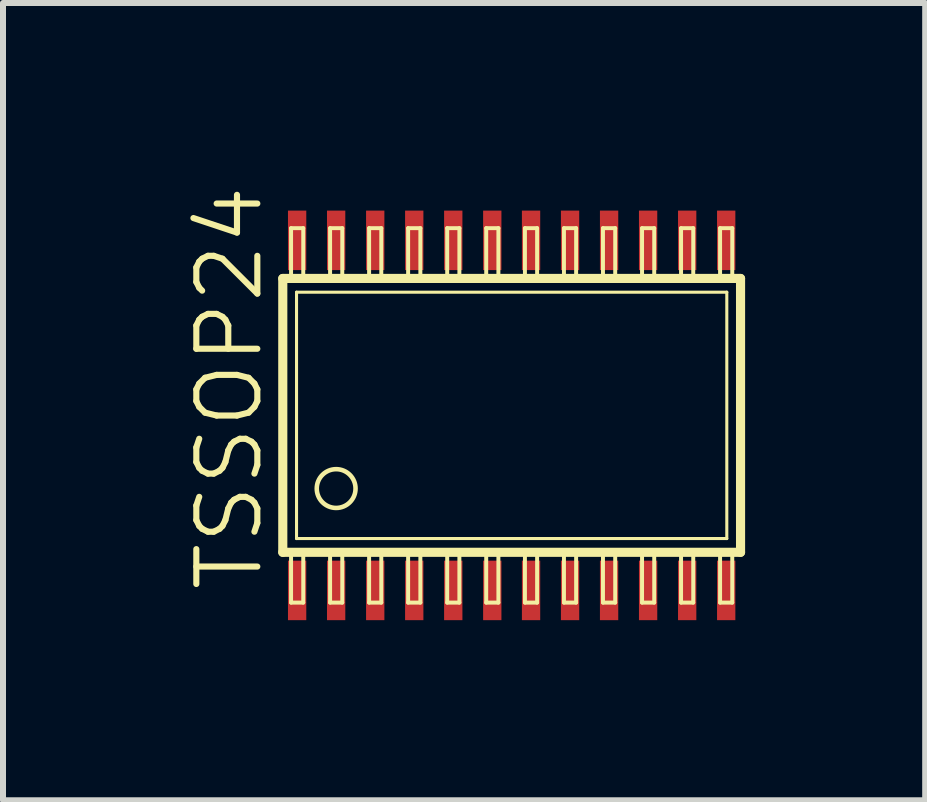
<source format=kicad_pcb>
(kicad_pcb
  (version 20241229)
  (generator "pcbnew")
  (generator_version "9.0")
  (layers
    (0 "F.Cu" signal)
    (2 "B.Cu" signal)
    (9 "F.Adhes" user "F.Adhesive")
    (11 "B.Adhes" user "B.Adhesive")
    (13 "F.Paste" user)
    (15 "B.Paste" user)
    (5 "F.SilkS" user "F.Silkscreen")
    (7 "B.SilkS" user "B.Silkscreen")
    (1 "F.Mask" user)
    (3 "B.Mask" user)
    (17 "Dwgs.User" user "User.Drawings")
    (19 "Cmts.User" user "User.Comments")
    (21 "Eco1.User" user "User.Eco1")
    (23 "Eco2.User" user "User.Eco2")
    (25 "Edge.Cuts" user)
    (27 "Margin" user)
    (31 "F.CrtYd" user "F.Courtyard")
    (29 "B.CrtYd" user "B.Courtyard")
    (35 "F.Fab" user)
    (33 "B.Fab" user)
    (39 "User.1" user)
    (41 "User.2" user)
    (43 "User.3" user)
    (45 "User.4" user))
  (footprint "TSSOP24"
    (layer "F.Cu")
    (at 5.474 3.87)
    (property "Reference" "TSSOP24" (at -4.702 -0.457 90) (layer "F.SilkS") (effects (font (size 1.016 1.016) (thickness 0.102))))
    (attr smd)
    (fp_line (start -3.813 2.281) (end -3.813 -2.281) (stroke (width 0.152) (type solid)) (layer "F.SilkS"))
    (fp_line (start -3.813 2.281) (end 3.813 2.281) (stroke (width 0.152) (type solid)) (layer "F.SilkS"))
    (fp_line (start -3.675 -3.119) (end -3.472 -3.119) (stroke (width 0.066) (type solid)) (layer "F.SilkS"))
    (fp_line (start -3.675 -2.281) (end -3.675 -3.119) (stroke (width 0.066) (type solid)) (layer "F.SilkS"))
    (fp_line (start -3.675 -2.281) (end -3.472 -2.281) (stroke (width 0.066) (type solid)) (layer "F.SilkS"))
    (fp_line (start -3.675 2.281) (end -3.472 2.281) (stroke (width 0.066) (type solid)) (layer "F.SilkS"))
    (fp_line (start -3.675 3.119) (end -3.675 2.281) (stroke (width 0.066) (type solid)) (layer "F.SilkS"))
    (fp_line (start -3.675 3.119) (end -3.472 3.119) (stroke (width 0.066) (type solid)) (layer "F.SilkS"))
    (fp_line (start -3.584 2.052) (end -3.584 -2.052) (stroke (width 0.051) (type solid)) (layer "F.SilkS"))
    (fp_line (start -3.584 2.052) (end 3.584 2.052) (stroke (width 0.051) (type solid)) (layer "F.SilkS"))
    (fp_line (start -3.472 -2.281) (end -3.472 -3.119) (stroke (width 0.066) (type solid)) (layer "F.SilkS"))
    (fp_line (start -3.472 3.119) (end -3.472 2.281) (stroke (width 0.066) (type solid)) (layer "F.SilkS"))
    (fp_line (start -3.025 -3.119) (end -2.822 -3.119) (stroke (width 0.066) (type solid)) (layer "F.SilkS"))
    (fp_line (start -3.025 -2.281) (end -3.025 -3.119) (stroke (width 0.066) (type solid)) (layer "F.SilkS"))
    (fp_line (start -3.025 -2.281) (end -2.822 -2.281) (stroke (width 0.066) (type solid)) (layer "F.SilkS"))
    (fp_line (start -3.025 2.281) (end -2.822 2.281) (stroke (width 0.066) (type solid)) (layer "F.SilkS"))
    (fp_line (start -3.025 3.119) (end -3.025 2.281) (stroke (width 0.066) (type solid)) (layer "F.SilkS"))
    (fp_line (start -3.025 3.119) (end -2.822 3.119) (stroke (width 0.066) (type solid)) (layer "F.SilkS"))
    (fp_line (start -2.822 -2.281) (end -2.822 -3.119) (stroke (width 0.066) (type solid)) (layer "F.SilkS"))
    (fp_line (start -2.822 3.119) (end -2.822 2.281) (stroke (width 0.066) (type solid)) (layer "F.SilkS"))
    (fp_line (start -2.375 -3.119) (end -2.172 -3.119) (stroke (width 0.066) (type solid)) (layer "F.SilkS"))
    (fp_line (start -2.375 -2.281) (end -2.375 -3.119) (stroke (width 0.066) (type solid)) (layer "F.SilkS"))
    (fp_line (start -2.375 -2.281) (end -2.172 -2.281) (stroke (width 0.066) (type solid)) (layer "F.SilkS"))
    (fp_line (start -2.375 2.281) (end -2.172 2.281) (stroke (width 0.066) (type solid)) (layer "F.SilkS"))
    (fp_line (start -2.375 3.119) (end -2.375 2.281) (stroke (width 0.066) (type solid)) (layer "F.SilkS"))
    (fp_line (start -2.375 3.119) (end -2.172 3.119) (stroke (width 0.066) (type solid)) (layer "F.SilkS"))
    (fp_line (start -2.172 -2.281) (end -2.172 -3.119) (stroke (width 0.066) (type solid)) (layer "F.SilkS"))
    (fp_line (start -2.172 3.119) (end -2.172 2.281) (stroke (width 0.066) (type solid)) (layer "F.SilkS"))
    (fp_line (start -1.725 -3.119) (end -1.521 -3.119) (stroke (width 0.066) (type solid)) (layer "F.SilkS"))
    (fp_line (start -1.725 -2.281) (end -1.725 -3.119) (stroke (width 0.066) (type solid)) (layer "F.SilkS"))
    (fp_line (start -1.725 -2.281) (end -1.521 -2.281) (stroke (width 0.066) (type solid)) (layer "F.SilkS"))
    (fp_line (start -1.725 2.281) (end -1.521 2.281) (stroke (width 0.066) (type solid)) (layer "F.SilkS"))
    (fp_line (start -1.725 3.119) (end -1.725 2.281) (stroke (width 0.066) (type solid)) (layer "F.SilkS"))
    (fp_line (start -1.725 3.119) (end -1.521 3.119) (stroke (width 0.066) (type solid)) (layer "F.SilkS"))
    (fp_line (start -1.521 -2.281) (end -1.521 -3.119) (stroke (width 0.066) (type solid)) (layer "F.SilkS"))
    (fp_line (start -1.521 3.119) (end -1.521 2.281) (stroke (width 0.066) (type solid)) (layer "F.SilkS"))
    (fp_line (start -1.074 -3.119) (end -0.871 -3.119) (stroke (width 0.066) (type solid)) (layer "F.SilkS"))
    (fp_line (start -1.074 -2.281) (end -1.074 -3.119) (stroke (width 0.066) (type solid)) (layer "F.SilkS"))
    (fp_line (start -1.074 -2.281) (end -0.871 -2.281) (stroke (width 0.066) (type solid)) (layer "F.SilkS"))
    (fp_line (start -1.074 2.281) (end -0.871 2.281) (stroke (width 0.066) (type solid)) (layer "F.SilkS"))
    (fp_line (start -1.074 3.119) (end -1.074 2.281) (stroke (width 0.066) (type solid)) (layer "F.SilkS"))
    (fp_line (start -1.074 3.119) (end -0.871 3.119) (stroke (width 0.066) (type solid)) (layer "F.SilkS"))
    (fp_line (start -0.871 -2.281) (end -0.871 -3.119) (stroke (width 0.066) (type solid)) (layer "F.SilkS"))
    (fp_line (start -0.871 3.119) (end -0.871 2.281) (stroke (width 0.066) (type solid)) (layer "F.SilkS"))
    (fp_line (start -0.424 -3.119) (end -0.221 -3.119) (stroke (width 0.066) (type solid)) (layer "F.SilkS"))
    (fp_line (start -0.424 -2.281) (end -0.424 -3.119) (stroke (width 0.066) (type solid)) (layer "F.SilkS"))
    (fp_line (start -0.424 -2.281) (end -0.221 -2.281) (stroke (width 0.066) (type solid)) (layer "F.SilkS"))
    (fp_line (start -0.424 2.281) (end -0.221 2.281) (stroke (width 0.066) (type solid)) (layer "F.SilkS"))
    (fp_line (start -0.424 3.119) (end -0.424 2.281) (stroke (width 0.066) (type solid)) (layer "F.SilkS"))
    (fp_line (start -0.424 3.119) (end -0.221 3.119) (stroke (width 0.066) (type solid)) (layer "F.SilkS"))
    (fp_line (start -0.221 -2.281) (end -0.221 -3.119) (stroke (width 0.066) (type solid)) (layer "F.SilkS"))
    (fp_line (start -0.221 3.119) (end -0.221 2.281) (stroke (width 0.066) (type solid)) (layer "F.SilkS"))
    (fp_line (start 0.221 -3.119) (end 0.424 -3.119) (stroke (width 0.066) (type solid)) (layer "F.SilkS"))
    (fp_line (start 0.221 -2.281) (end 0.221 -3.119) (stroke (width 0.066) (type solid)) (layer "F.SilkS"))
    (fp_line (start 0.221 -2.281) (end 0.424 -2.281) (stroke (width 0.066) (type solid)) (layer "F.SilkS"))
    (fp_line (start 0.221 2.281) (end 0.424 2.281) (stroke (width 0.066) (type solid)) (layer "F.SilkS"))
    (fp_line (start 0.221 3.119) (end 0.221 2.281) (stroke (width 0.066) (type solid)) (layer "F.SilkS"))
    (fp_line (start 0.221 3.119) (end 0.424 3.119) (stroke (width 0.066) (type solid)) (layer "F.SilkS"))
    (fp_line (start 0.424 -2.281) (end 0.424 -3.119) (stroke (width 0.066) (type solid)) (layer "F.SilkS"))
    (fp_line (start 0.424 3.119) (end 0.424 2.281) (stroke (width 0.066) (type solid)) (layer "F.SilkS"))
    (fp_line (start 0.871 -3.119) (end 1.074 -3.119) (stroke (width 0.066) (type solid)) (layer "F.SilkS"))
    (fp_line (start 0.871 -2.281) (end 0.871 -3.119) (stroke (width 0.066) (type solid)) (layer "F.SilkS"))
    (fp_line (start 0.871 -2.281) (end 1.074 -2.281) (stroke (width 0.066) (type solid)) (layer "F.SilkS"))
    (fp_line (start 0.871 2.281) (end 1.074 2.281) (stroke (width 0.066) (type solid)) (layer "F.SilkS"))
    (fp_line (start 0.871 3.119) (end 0.871 2.281) (stroke (width 0.066) (type solid)) (layer "F.SilkS"))
    (fp_line (start 0.871 3.119) (end 1.074 3.119) (stroke (width 0.066) (type solid)) (layer "F.SilkS"))
    (fp_line (start 1.074 -2.281) (end 1.074 -3.119) (stroke (width 0.066) (type solid)) (layer "F.SilkS"))
    (fp_line (start 1.074 3.119) (end 1.074 2.281) (stroke (width 0.066) (type solid)) (layer "F.SilkS"))
    (fp_line (start 1.521 -3.119) (end 1.725 -3.119) (stroke (width 0.066) (type solid)) (layer "F.SilkS"))
    (fp_line (start 1.521 -2.281) (end 1.521 -3.119) (stroke (width 0.066) (type solid)) (layer "F.SilkS"))
    (fp_line (start 1.521 -2.281) (end 1.725 -2.281) (stroke (width 0.066) (type solid)) (layer "F.SilkS"))
    (fp_line (start 1.521 2.281) (end 1.725 2.281) (stroke (width 0.066) (type solid)) (layer "F.SilkS"))
    (fp_line (start 1.521 3.119) (end 1.521 2.281) (stroke (width 0.066) (type solid)) (layer "F.SilkS"))
    (fp_line (start 1.521 3.119) (end 1.725 3.119) (stroke (width 0.066) (type solid)) (layer "F.SilkS"))
    (fp_line (start 1.725 -2.281) (end 1.725 -3.119) (stroke (width 0.066) (type solid)) (layer "F.SilkS"))
    (fp_line (start 1.725 3.119) (end 1.725 2.281) (stroke (width 0.066) (type solid)) (layer "F.SilkS"))
    (fp_line (start 2.172 -3.119) (end 2.375 -3.119) (stroke (width 0.066) (type solid)) (layer "F.SilkS"))
    (fp_line (start 2.172 -2.281) (end 2.172 -3.119) (stroke (width 0.066) (type solid)) (layer "F.SilkS"))
    (fp_line (start 2.172 -2.281) (end 2.375 -2.281) (stroke (width 0.066) (type solid)) (layer "F.SilkS"))
    (fp_line (start 2.172 2.281) (end 2.375 2.281) (stroke (width 0.066) (type solid)) (layer "F.SilkS"))
    (fp_line (start 2.172 3.119) (end 2.172 2.281) (stroke (width 0.066) (type solid)) (layer "F.SilkS"))
    (fp_line (start 2.172 3.119) (end 2.375 3.119) (stroke (width 0.066) (type solid)) (layer "F.SilkS"))
    (fp_line (start 2.375 -2.281) (end 2.375 -3.119) (stroke (width 0.066) (type solid)) (layer "F.SilkS"))
    (fp_line (start 2.375 3.119) (end 2.375 2.281) (stroke (width 0.066) (type solid)) (layer "F.SilkS"))
    (fp_line (start 2.822 -3.119) (end 3.025 -3.119) (stroke (width 0.066) (type solid)) (layer "F.SilkS"))
    (fp_line (start 2.822 -2.281) (end 2.822 -3.119) (stroke (width 0.066) (type solid)) (layer "F.SilkS"))
    (fp_line (start 2.822 -2.281) (end 3.025 -2.281) (stroke (width 0.066) (type solid)) (layer "F.SilkS"))
    (fp_line (start 2.822 2.281) (end 3.025 2.281) (stroke (width 0.066) (type solid)) (layer "F.SilkS"))
    (fp_line (start 2.822 3.119) (end 2.822 2.281) (stroke (width 0.066) (type solid)) (layer "F.SilkS"))
    (fp_line (start 2.822 3.119) (end 3.025 3.119) (stroke (width 0.066) (type solid)) (layer "F.SilkS"))
    (fp_line (start 3.025 -2.281) (end 3.025 -3.119) (stroke (width 0.066) (type solid)) (layer "F.SilkS"))
    (fp_line (start 3.025 3.119) (end 3.025 2.281) (stroke (width 0.066) (type solid)) (layer "F.SilkS"))
    (fp_line (start 3.472 -3.119) (end 3.675 -3.119) (stroke (width 0.066) (type solid)) (layer "F.SilkS"))
    (fp_line (start 3.472 -2.281) (end 3.472 -3.119) (stroke (width 0.066) (type solid)) (layer "F.SilkS"))
    (fp_line (start 3.472 -2.281) (end 3.675 -2.281) (stroke (width 0.066) (type solid)) (layer "F.SilkS"))
    (fp_line (start 3.472 2.281) (end 3.675 2.281) (stroke (width 0.066) (type solid)) (layer "F.SilkS"))
    (fp_line (start 3.472 3.119) (end 3.472 2.281) (stroke (width 0.066) (type solid)) (layer "F.SilkS"))
    (fp_line (start 3.472 3.119) (end 3.675 3.119) (stroke (width 0.066) (type solid)) (layer "F.SilkS"))
    (fp_line (start 3.584 -2.052) (end -3.584 -2.052) (stroke (width 0.051) (type solid)) (layer "F.SilkS"))
    (fp_line (start 3.584 -2.052) (end 3.584 2.052) (stroke (width 0.051) (type solid)) (layer "F.SilkS"))
    (fp_line (start 3.675 -2.281) (end 3.675 -3.119) (stroke (width 0.066) (type solid)) (layer "F.SilkS"))
    (fp_line (start 3.675 3.119) (end 3.675 2.281) (stroke (width 0.066) (type solid)) (layer "F.SilkS"))
    (fp_line (start 3.813 -2.281) (end -3.813 -2.281) (stroke (width 0.152) (type solid)) (layer "F.SilkS"))
    (fp_line (start 3.813 -2.281) (end 3.813 2.281) (stroke (width 0.152) (type solid)) (layer "F.SilkS"))
    (fp_circle (center -2.924 1.219) (end -3.152 1.448) (stroke (width 0.076) (type solid)) (fill no) (layer "F.SilkS"))
    (pad "1" smd rect (at -3.574 2.916) (size 0.305 0.991) (layers "F.Cu" "F.Mask" "F.Paste"))
    (pad "2" smd rect (at -2.924 2.916) (size 0.305 0.991) (layers "F.Cu" "F.Mask" "F.Paste"))
    (pad "3" smd rect (at -2.273 2.916) (size 0.305 0.991) (layers "F.Cu" "F.Mask" "F.Paste"))
    (pad "4" smd rect (at -1.623 2.916) (size 0.305 0.991) (layers "F.Cu" "F.Mask" "F.Paste"))
    (pad "5" smd rect (at -0.973 2.916) (size 0.305 0.991) (layers "F.Cu" "F.Mask" "F.Paste"))
    (pad "6" smd rect (at -0.323 2.916) (size 0.305 0.991) (layers "F.Cu" "F.Mask" "F.Paste"))
    (pad "7" smd rect (at 0.323 2.916) (size 0.305 0.991) (layers "F.Cu" "F.Mask" "F.Paste"))
    (pad "8" smd rect (at 0.973 2.916) (size 0.305 0.991) (layers "F.Cu" "F.Mask" "F.Paste"))
    (pad "9" smd rect (at 1.623 2.916) (size 0.305 0.991) (layers "F.Cu" "F.Mask" "F.Paste"))
    (pad "10" smd rect (at 2.273 2.916) (size 0.305 0.991) (layers "F.Cu" "F.Mask" "F.Paste"))
    (pad "11" smd rect (at 2.924 2.916) (size 0.305 0.991) (layers "F.Cu" "F.Mask" "F.Paste"))
    (pad "12" smd rect (at 3.574 2.916) (size 0.305 0.991) (layers "F.Cu" "F.Mask" "F.Paste"))
    (pad "13" smd rect (at 3.574 -2.916) (size 0.305 0.991) (layers "F.Cu" "F.Mask" "F.Paste"))
    (pad "14" smd rect (at 2.924 -2.916) (size 0.305 0.991) (layers "F.Cu" "F.Mask" "F.Paste"))
    (pad "15" smd rect (at 2.273 -2.916) (size 0.305 0.991) (layers "F.Cu" "F.Mask" "F.Paste"))
    (pad "16" smd rect (at 1.623 -2.916) (size 0.305 0.991) (layers "F.Cu" "F.Mask" "F.Paste"))
    (pad "17" smd rect (at 0.973 -2.916) (size 0.305 0.991) (layers "F.Cu" "F.Mask" "F.Paste"))
    (pad "18" smd rect (at 0.323 -2.916) (size 0.305 0.991) (layers "F.Cu" "F.Mask" "F.Paste"))
    (pad "19" smd rect (at -0.323 -2.916) (size 0.305 0.991) (layers "F.Cu" "F.Mask" "F.Paste"))
    (pad "20" smd rect (at -0.973 -2.916) (size 0.305 0.991) (layers "F.Cu" "F.Mask" "F.Paste"))
    (pad "21" smd rect (at -1.623 -2.916) (size 0.305 0.991) (layers "F.Cu" "F.Mask" "F.Paste"))
    (pad "22" smd rect (at -2.273 -2.916) (size 0.305 0.991) (layers "F.Cu" "F.Mask" "F.Paste"))
    (pad "23" smd rect (at -2.924 -2.916) (size 0.305 0.991) (layers "F.Cu" "F.Mask" "F.Paste"))
    (pad "24" smd rect (at -3.574 -2.916) (size 0.305 0.991) (layers "F.Cu" "F.Mask" "F.Paste")))
  (gr_rect
    (start -3 -3)
    (end 12.363 10.282)
    (stroke (width 0.1) (type default))
    (fill no)
    (layer "Edge.Cuts")))
</source>
